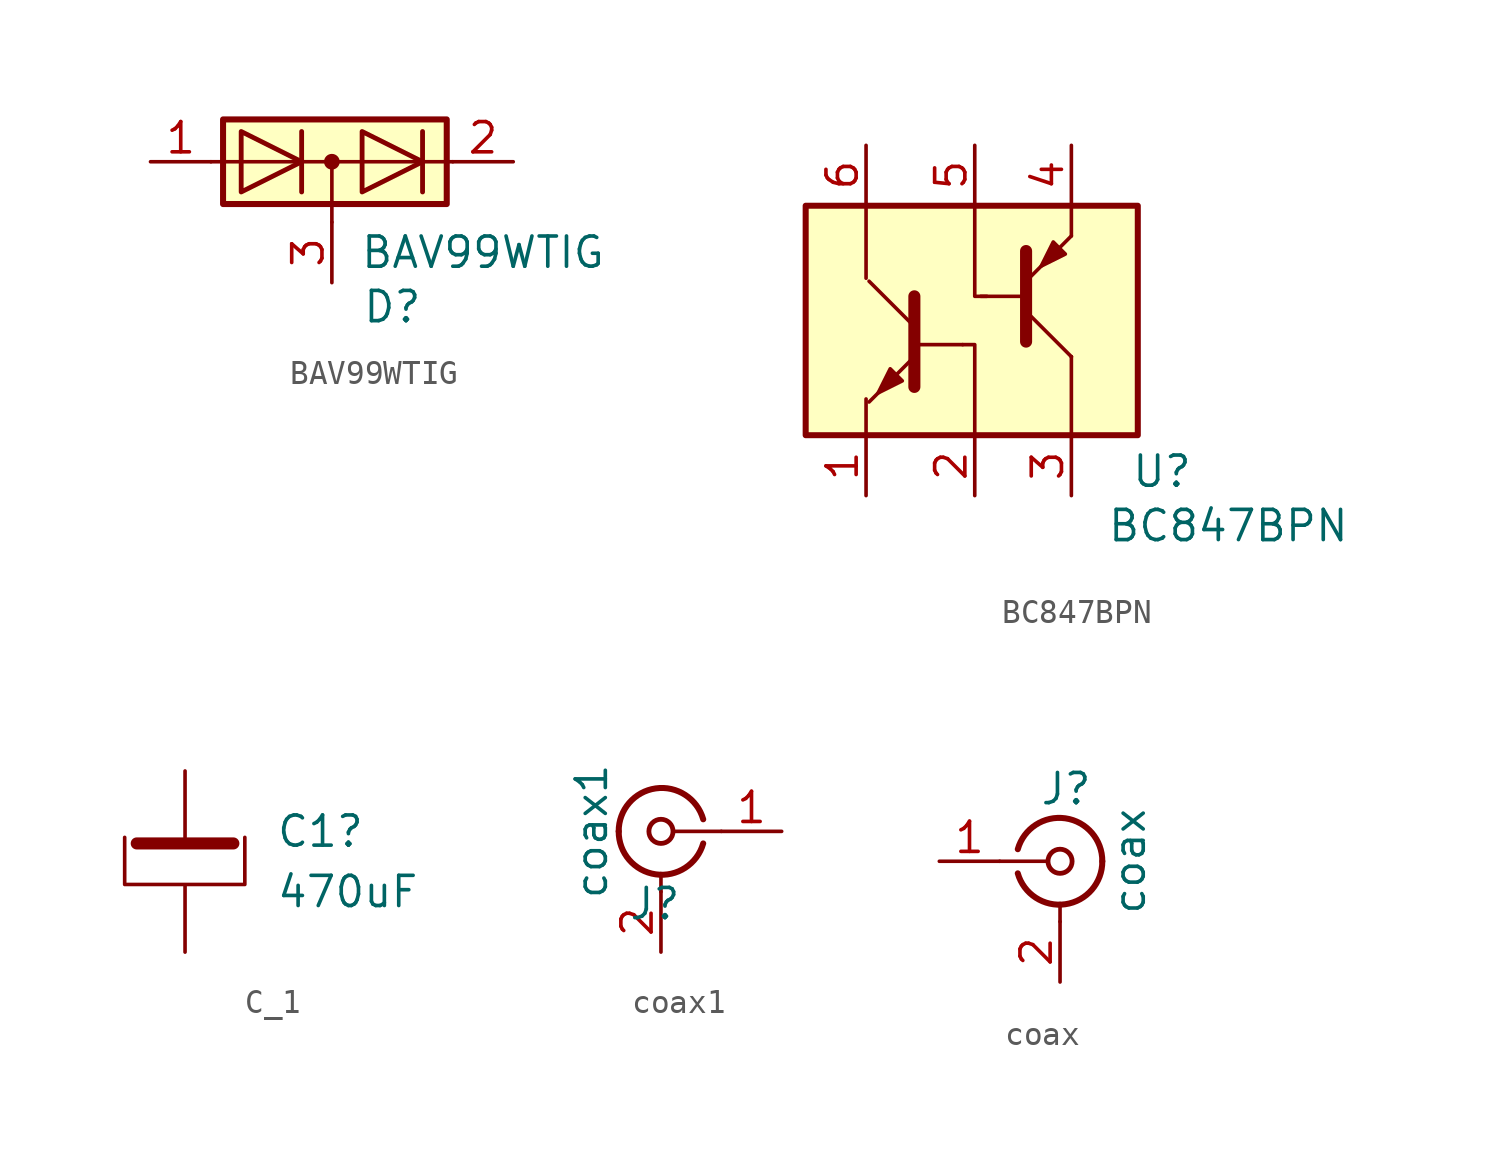
<source format=kicad_sym>
(kicad_symbol_lib
  (version 20211014)
  (generator kicad_symbol_editor)
  (symbol "BAV99WTIG"
    (property "Reference" "D"
      (at 2.54 -6.096 0)
      (effects (font (size 1.27 1.27))))
    (property "Value" "BAV99WTIG"
      (at 6.35 -3.81 0)
      (effects (font (size 1.27 1.27))))
    (symbol "BAV99WTIG_0_1"
      (rectangle (start -4.572 1.778) (end 4.826 -1.778) (stroke (width 0.254) (type default) (color 0 0 0 0)) (fill (type background)))
      (polyline (pts (xy -5.08 0) (xy 5.08 0)) (stroke (width 0) (type default) (color 0 0 0 0)) (fill (type none))))
    (symbol "BAV99WTIG_1_1"
      (polyline (pts (xy 0 0) (xy 0 -2.54)) (stroke (width 0) (type default) (color 0 0 0 0)) (fill (type none)))
      (polyline (pts (xy -1.27 -1.27) (xy -1.27 1.27) (xy -1.27 1.27)) (stroke (width 0.203) (type default) (color 0 0 0 0)) (fill (type none)))
      (polyline (pts (xy 3.81 1.27) (xy 3.81 -1.27) (xy 3.81 -1.27)) (stroke (width 0.203) (type default) (color 0 0 0 0)) (fill (type none)))
      (polyline (pts (xy -3.81 1.27) (xy -1.27 0) (xy -3.81 -1.27) (xy -3.81 1.27) (xy -3.81 1.27) (xy -3.81 1.27)) (stroke (width 0.203) (type default) (color 0 0 0 0)) (fill (type none)))
      (polyline (pts (xy 1.27 1.27) (xy 3.81 0) (xy 1.27 -1.27) (xy 1.27 1.27) (xy 1.27 1.27) (xy 1.27 1.27)) (stroke (width 0.203) (type default) (color 0 0 0 0)) (fill (type none)))
      (circle (center 0 0) (radius 0.254) (stroke (width 0) (type default) (color 0 0 0 0)) (fill (type outline)))
      (pin passive line (at -7.62 0 0) (length 2.54) (name "" (effects (font (size 1.27 1.27)))) (number "1" (effects (font (size 1.27 1.27)))))
      (pin passive line (at 7.62 0 180) (length 2.54) (name "" (effects (font (size 1.27 1.27)))) (number "2" (effects (font (size 1.27 1.27)))))
      (pin passive line (at 0 -5.08 90) (length 2.54) (name "" (effects (font (size 1.27 1.27)))) (number "3" (effects (font (size 1.27 1.27)))))))
  (symbol "BC847BPN"
    (property "Reference" "U"
      (at 7.874 -6.604 0)
      (effects (font (size 1.27 1.27))))
    (property "Value" "BC847BPN"
      (at 10.668 -8.89 0)
      (effects (font (size 1.27 1.27))))
    (symbol "BC847BPN_0_1"
      (rectangle (start -7.112 4.572) (end 6.858 -5.08) (stroke (width 0.254) (type default) (color 0 0 0 0)) (fill (type background)))
      (polyline (pts (xy -4.572 -3.556) (xy -4.572 -5.08)) (stroke (width 0) (type default) (color 0 0 0 0)) (fill (type none)))
      (polyline (pts (xy -4.572 4.572) (xy -4.572 1.524)) (stroke (width 0) (type default) (color 0 0 0 0)) (fill (type none)))
      (polyline (pts (xy -2.54 -1.778) (xy -4.445 -3.683)) (stroke (width 0) (type default) (color 0 0 0 0)) (fill (type none)))
      (polyline (pts (xy -2.54 -1.27) (xy -0.508 -1.27)) (stroke (width 0) (type default) (color 0 0 0 0)) (fill (type none)))
      (polyline (pts (xy 2.032 0.762) (xy 0.254 0.762)) (stroke (width 0) (type default) (color 0 0 0 0)) (fill (type none)))
      (polyline (pts (xy 2.159 1.397) (xy 4.064 3.302)) (stroke (width 0) (type default) (color 0 0 0 0)) (fill (type none)))
      (polyline (pts (xy 4.064 -5.08) (xy 4.064 -1.778)) (stroke (width 0) (type default) (color 0 0 0 0)) (fill (type none)))
      (polyline (pts (xy 4.064 -1.778) (xy 4.064 -1.778)) (stroke (width 0) (type default) (color 0 0 0 0)) (fill (type none)))
      (polyline (pts (xy 4.064 4.572) (xy 4.064 3.302)) (stroke (width 0) (type default) (color 0 0 0 0)) (fill (type none)))
      (polyline (pts (xy -2.54 -3.048) (xy -2.54 0.762) (xy -2.54 0.762)) (stroke (width 0.508) (type default) (color 0 0 0 0)) (fill (type none)))
      (polyline (pts (xy -2.54 -0.508) (xy -4.445 1.397) (xy -4.445 1.397)) (stroke (width 0) (type default) (color 0 0 0 0)) (fill (type none)))
      (polyline (pts (xy -0.508 -1.27) (xy 0 -1.27) (xy 0 -5.08)) (stroke (width 0) (type default) (color 0 0 0 0)) (fill (type none)))
      (polyline (pts (xy 0 4.572) (xy 0 0.762) (xy 0.508 0.762)) (stroke (width 0) (type default) (color 0 0 0 0)) (fill (type none)))
      (polyline (pts (xy 2.159 0.127) (xy 4.064 -1.778) (xy 4.064 -1.778)) (stroke (width 0) (type default) (color 0 0 0 0)) (fill (type none)))
      (polyline (pts (xy 2.159 2.667) (xy 2.159 -1.143) (xy 2.159 -1.143)) (stroke (width 0.508) (type default) (color 0 0 0 0)) (fill (type none)))
      (polyline (pts (xy -3.556 -2.286) (xy -3.048 -2.794) (xy -4.064 -3.302) (xy -3.556 -2.286) (xy -3.556 -2.286)) (stroke (width 0) (type default) (color 0 0 0 0)) (fill (type outline)))
      (polyline (pts (xy 3.302 3.048) (xy 3.81 2.54) (xy 2.794 2.032) (xy 3.302 3.048) (xy 3.302 3.048)) (stroke (width 0) (type default) (color 0 0 0 0)) (fill (type outline))))
    (symbol "BC847BPN_1_1"
      (pin passive line (at -4.572 -7.62 90) (length 2.5) (name "" (effects (font (size 1.27 1.27)))) (number "1" (effects (font (size 1.27 1.27)))))
      (pin passive line (at 0 -7.62 90) (length 2.5) (name "" (effects (font (size 1.27 1.27)))) (number "2" (effects (font (size 1.27 1.27)))))
      (pin passive line (at 4.064 -7.62 90) (length 2.5) (name "" (effects (font (size 1.27 1.27)))) (number "3" (effects (font (size 1.27 1.27)))))
      (pin passive line (at 4.064 7.112 270) (length 2.5) (name "" (effects (font (size 1.27 1.27)))) (number "4" (effects (font (size 1.27 1.27)))))
      (pin passive line (at 0 7.112 270) (length 2.5) (name "" (effects (font (size 1.27 1.27)))) (number "5" (effects (font (size 1.27 1.27)))))
      (pin passive line (at -4.572 7.112 270) (length 2.5) (name "" (effects (font (size 1.27 1.27)))) (number "6" (effects (font (size 1.27 1.27)))))))
  (symbol "C_1"
    (pin_numbers hide)
    (pin_names
      (offset 0.254))
    (property "Reference" "C1"
      (at 3.81 1.27 0)
      (effects (font (size 1.27 1.27)) (justify left)))
    (property "Value" "470uF"
      (at 3.81 -1.27 0)
      (effects (font (size 1.27 1.27)) (justify left)))
    (symbol "C_1_0_1"
      (polyline (pts (xy -2.032 0.762) (xy 2.032 0.762)) (stroke (width 0.508) (type default) (color 0 0 0 0)) (fill (type none)))
      (polyline (pts (xy -2.54 1.016) (xy -2.54 -0.965) (xy 2.515 -0.965) (xy 2.515 1.016)) (stroke (width 0) (type default) (color 0 0 0 0)) (fill (type none))))
    (symbol "C_1_1_1"
      (pin passive line (at 0 3.81 270) (length 2.794) (name "~" (effects (font (size 1.27 1.27)))) (number "1" (effects (font (size 1.27 1.27)))))
      (pin passive line (at 0 -3.81 90) (length 2.794) (name "~" (effects (font (size 1.27 1.27)))) (number "2" (effects (font (size 1.27 1.27)))))))
  (symbol "coax1"
    (pin_names
      (offset 1.016) hide)
    (property "Reference" "J"
      (at -1.524 -3.048 0)
      (effects (font (size 1.27 1.27))))
    (property "Value" "coax1"
      (at -4.191 0 90)
      (effects (font (size 1.27 1.27))))
    (symbol "coax1_0_1"
      (arc (start -3.048 0) (mid -1.492 -1.8083) (end 0.508 -0.508) (stroke (width 0.254) (type default) (color 0 0 0 0)) (fill (type none)))
      (circle (center -1.27 0) (radius 0.508) (stroke (width 0.203) (type default) (color 0 0 0 0)) (fill (type none)))
      (polyline (pts (xy -1.27 -2.54) (xy -1.27 -1.778)) (stroke (width 0) (type default) (color 0 0 0 0)) (fill (type none)))
      (polyline (pts (xy 1.27 0) (xy -0.762 0)) (stroke (width 0) (type default) (color 0 0 0 0)) (fill (type none)))
      (arc (start 0.508 0.508) (mid -1.492 1.808) (end -3.048 0) (stroke (width 0.254) (type default) (color 0 0 0 0)) (fill (type none))))
    (symbol "coax1_1_1"
      (pin passive line (at 3.81 0 180) (length 2.54) (name "In" (effects (font (size 1.27 1.27)))) (number "1" (effects (font (size 1.27 1.27)))))
      (pin passive line (at -1.27 -5.08 90) (length 2.54) (name "Ext" (effects (font (size 1.27 1.27)))) (number "2" (effects (font (size 1.27 1.27)))))))
  (symbol "coax"
    (pin_names
      (offset 1.016) hide)
    (property "Reference" "J"
      (at 0.254 3.048 0)
      (effects (font (size 1.27 1.27))))
    (property "Value" "coax"
      (at 2.921 0 90)
      (effects (font (size 1.27 1.27))))
    (symbol "coax_0_1"
      (arc (start -1.778 -0.508) (mid 0.222 -1.808) (end 1.778 0) (stroke (width 0.254) (type default) (color 0 0 0 0)) (fill (type none)))
      (polyline (pts (xy -2.54 0) (xy -0.508 0)) (stroke (width 0) (type default) (color 0 0 0 0)) (fill (type none)))
      (polyline (pts (xy 0 -2.54) (xy 0 -1.778)) (stroke (width 0) (type default) (color 0 0 0 0)) (fill (type none)))
      (circle (center 0 0) (radius 0.508) (stroke (width 0.203) (type default) (color 0 0 0 0)) (fill (type none)))
      (arc (start 1.778 0) (mid 0.222 1.8083) (end -1.778 0.508) (stroke (width 0.254) (type default) (color 0 0 0 0)) (fill (type none))))
    (symbol "coax_1_1"
      (pin passive line (at -5.08 0 0) (length 2.54) (name "In" (effects (font (size 1.27 1.27)))) (number "1" (effects (font (size 1.27 1.27)))))
      (pin passive line (at 0 -5.08 90) (length 2.54) (name "Ext" (effects (font (size 1.27 1.27)))) (number "2" (effects (font (size 1.27 1.27))))))))
</source>
